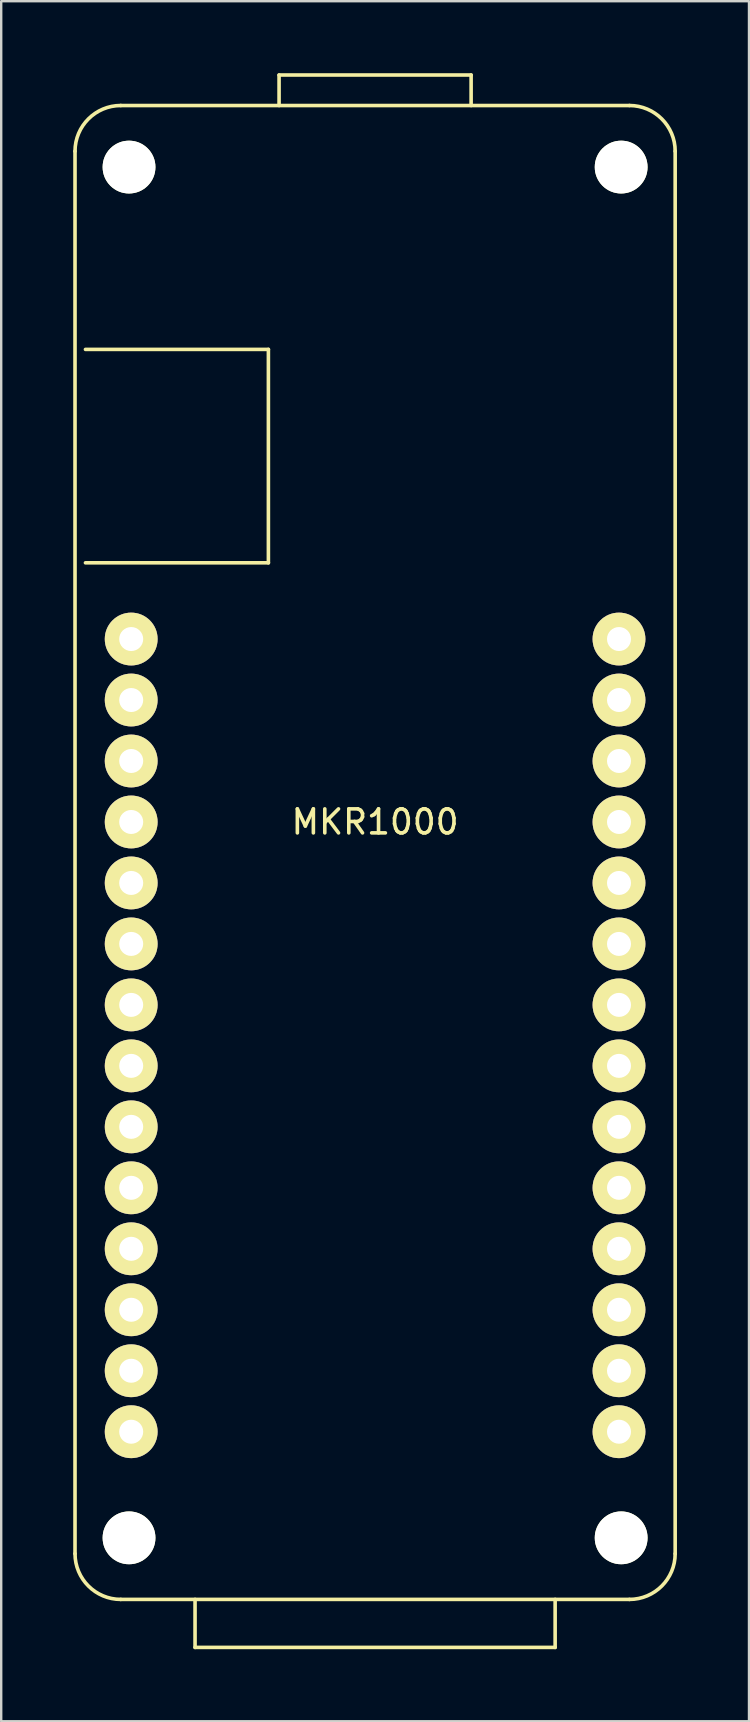
<source format=kicad_pcb>
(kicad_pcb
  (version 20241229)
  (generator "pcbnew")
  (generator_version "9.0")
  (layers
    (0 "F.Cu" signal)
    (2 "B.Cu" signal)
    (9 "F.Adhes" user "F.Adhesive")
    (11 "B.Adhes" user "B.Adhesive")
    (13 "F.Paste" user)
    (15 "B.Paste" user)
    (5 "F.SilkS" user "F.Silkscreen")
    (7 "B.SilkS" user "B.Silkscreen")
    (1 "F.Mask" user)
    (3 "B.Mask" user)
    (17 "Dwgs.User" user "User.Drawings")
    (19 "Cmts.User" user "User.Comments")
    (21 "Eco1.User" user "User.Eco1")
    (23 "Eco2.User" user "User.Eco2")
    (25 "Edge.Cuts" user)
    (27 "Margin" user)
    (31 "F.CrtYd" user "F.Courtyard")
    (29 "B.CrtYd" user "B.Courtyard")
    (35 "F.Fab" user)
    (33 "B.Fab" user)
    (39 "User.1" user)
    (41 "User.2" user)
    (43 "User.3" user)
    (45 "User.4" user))
  (footprint "MKR1000"
    (layer "F.Cu")
    (at 12.575 32.46)
    (property "Reference" "MKR1000" (at 0 -1.27 0) (layer "F.SilkS") (effects (font (size 1 1) (thickness 0.15))))
    (attr through_hole)
    (fp_line (start -12.5 -29.21) (end -12.5 29.21) (stroke (width 0.15) (type solid)) (layer "F.SilkS"))
    (fp_line (start -10.595 -31.115) (end 10.595 -31.115) (stroke (width 0.15) (type solid)) (layer "F.SilkS"))
    (fp_line (start -10.595 31.115) (end 10.595 31.115) (stroke (width 0.15) (type solid)) (layer "F.SilkS"))
    (fp_line (start -7.5 33.115) (end -7.5 31.115) (stroke (width 0.15) (type solid)) (layer "F.SilkS"))
    (fp_line (start -7.5 33.115) (end 7.5 33.115) (stroke (width 0.15) (type solid)) (layer "F.SilkS"))
    (fp_line (start -4.445 -20.955) (end -12.065 -20.955) (stroke (width 0.15) (type solid)) (layer "F.SilkS"))
    (fp_line (start -4.445 -20.955) (end -4.445 -12.065) (stroke (width 0.15) (type solid)) (layer "F.SilkS"))
    (fp_line (start -4.445 -12.065) (end -12.065 -12.065) (stroke (width 0.15) (type solid)) (layer "F.SilkS"))
    (fp_line (start -4 -32.385) (end -4 -31.115) (stroke (width 0.15) (type solid)) (layer "F.SilkS"))
    (fp_line (start -4 -32.385) (end 4 -32.385) (stroke (width 0.15) (type solid)) (layer "F.SilkS"))
    (fp_line (start 4 -32.385) (end 4 -31.115) (stroke (width 0.15) (type solid)) (layer "F.SilkS"))
    (fp_line (start 7.5 33.115) (end 7.5 31.115) (stroke (width 0.15) (type solid)) (layer "F.SilkS"))
    (fp_line (start 12.5 -29.21) (end 12.5 29.21) (stroke (width 0.15) (type solid)) (layer "F.SilkS"))
    (fp_arc (start -12.5 -29.21) (mid -11.942038 -30.557038) (end -10.595 -31.115) (stroke (width 0.15) (type solid)) (layer "F.SilkS"))
    (fp_arc (start -10.595 31.115) (mid -11.942038 30.557038) (end -12.5 29.21) (stroke (width 0.15) (type solid)) (layer "F.SilkS"))
    (fp_arc (start 10.595 -31.115) (mid 11.942038 -30.557038) (end 12.5 -29.21) (stroke (width 0.15) (type solid)) (layer "F.SilkS"))
    (fp_arc (start 12.5 29.21) (mid 11.942038 30.557038) (end 10.595 31.115) (stroke (width 0.15) (type solid)) (layer "F.SilkS"))
    (pad "" np_thru_hole circle (at -10.25 -28.55) (size 2.2 2.2) (drill 2.2) (layers "*.Cu" "*.Mask" "F.SilkS"))
    (pad "" np_thru_hole circle (at -10.25 28.55) (size 2.2 2.2) (drill 2.2) (layers "*.Cu" "*.Mask" "F.SilkS"))
    (pad "" np_thru_hole circle (at 10.25 -28.55) (size 2.2 2.2) (drill 2.2) (layers "*.Cu" "*.Mask" "F.SilkS"))
    (pad "" np_thru_hole circle (at 10.25 28.55) (size 2.2 2.2) (drill 2.2) (layers "*.Cu" "*.Mask" "F.SilkS"))
    (pad "1" thru_hole circle (at -10.16 -8.89) (size 2.2 2.2) (drill 1) (layers "*.Cu" "*.Mask" "F.SilkS"))
    (pad "2" thru_hole circle (at -10.16 -6.35) (size 2.2 2.2) (drill 1) (layers "*.Cu" "*.Mask" "F.SilkS"))
    (pad "3" thru_hole circle (at -10.16 -3.81) (size 2.2 2.2) (drill 1) (layers "*.Cu" "*.Mask" "F.SilkS"))
    (pad "4" thru_hole circle (at -10.16 -1.27) (size 2.2 2.2) (drill 1) (layers "*.Cu" "*.Mask" "F.SilkS"))
    (pad "5" thru_hole circle (at -10.16 1.27) (size 2.2 2.2) (drill 1) (layers "*.Cu" "*.Mask" "F.SilkS"))
    (pad "6" thru_hole circle (at -10.16 3.81) (size 2.2 2.2) (drill 1) (layers "*.Cu" "*.Mask" "F.SilkS"))
    (pad "7" thru_hole circle (at -10.16 6.35) (size 2.2 2.2) (drill 1) (layers "*.Cu" "*.Mask" "F.SilkS"))
    (pad "8" thru_hole circle (at -10.16 8.89) (size 2.2 2.2) (drill 1) (layers "*.Cu" "*.Mask" "F.SilkS"))
    (pad "9" thru_hole circle (at -10.16 11.43) (size 2.2 2.2) (drill 1) (layers "*.Cu" "*.Mask" "F.SilkS"))
    (pad "10" thru_hole circle (at -10.16 13.97) (size 2.2 2.2) (drill 1) (layers "*.Cu" "*.Mask" "F.SilkS"))
    (pad "11" thru_hole circle (at -10.16 16.51) (size 2.2 2.2) (drill 1) (layers "*.Cu" "*.Mask" "F.SilkS"))
    (pad "12" thru_hole circle (at -10.16 19.05) (size 2.2 2.2) (drill 1) (layers "*.Cu" "*.Mask" "F.SilkS"))
    (pad "13" thru_hole circle (at -10.16 21.59) (size 2.2 2.2) (drill 1) (layers "*.Cu" "*.Mask" "F.SilkS"))
    (pad "14" thru_hole circle (at -10.16 24.13) (size 2.2 2.2) (drill 1) (layers "*.Cu" "*.Mask" "F.SilkS"))
    (pad "15" thru_hole circle (at 10.16 24.13) (size 2.2 2.2) (drill 1) (layers "*.Cu" "*.Mask" "F.SilkS"))
    (pad "16" thru_hole circle (at 10.16 21.59) (size 2.2 2.2) (drill 1) (layers "*.Cu" "*.Mask" "F.SilkS"))
    (pad "17" thru_hole circle (at 10.16 19.05) (size 2.2 2.2) (drill 1) (layers "*.Cu" "*.Mask" "F.SilkS"))
    (pad "18" thru_hole circle (at 10.16 16.51) (size 2.2 2.2) (drill 1) (layers "*.Cu" "*.Mask" "F.SilkS"))
    (pad "19" thru_hole circle (at 10.16 13.97) (size 2.2 2.2) (drill 1) (layers "*.Cu" "*.Mask" "F.SilkS"))
    (pad "20" thru_hole circle (at 10.16 11.43) (size 2.2 2.2) (drill 1) (layers "*.Cu" "*.Mask" "F.SilkS"))
    (pad "21" thru_hole circle (at 10.16 8.89) (size 2.2 2.2) (drill 1) (layers "*.Cu" "*.Mask" "F.SilkS"))
    (pad "22" thru_hole circle (at 10.16 6.35) (size 2.2 2.2) (drill 1) (layers "*.Cu" "*.Mask" "F.SilkS"))
    (pad "23" thru_hole circle (at 10.16 3.81) (size 2.2 2.2) (drill 1) (layers "*.Cu" "*.Mask" "F.SilkS"))
    (pad "24" thru_hole circle (at 10.16 1.27) (size 2.2 2.2) (drill 1) (layers "*.Cu" "*.Mask" "F.SilkS"))
    (pad "25" thru_hole circle (at 10.16 -1.27) (size 2.2 2.2) (drill 1) (layers "*.Cu" "*.Mask" "F.SilkS"))
    (pad "26" thru_hole circle (at 10.16 -3.81) (size 2.2 2.2) (drill 1) (layers "*.Cu" "*.Mask" "F.SilkS"))
    (pad "27" thru_hole circle (at 10.16 -6.35) (size 2.2 2.2) (drill 1) (layers "*.Cu" "*.Mask" "F.SilkS"))
    (pad "28" thru_hole circle (at 10.16 -8.89) (size 2.2 2.2) (drill 1) (layers "*.Cu" "*.Mask" "F.SilkS")))
  (gr_rect
    (start -3 -3)
    (end 28.15 68.65)
    (stroke (width 0.1) (type default))
    (fill no)
    (layer "Edge.Cuts")))
</source>
